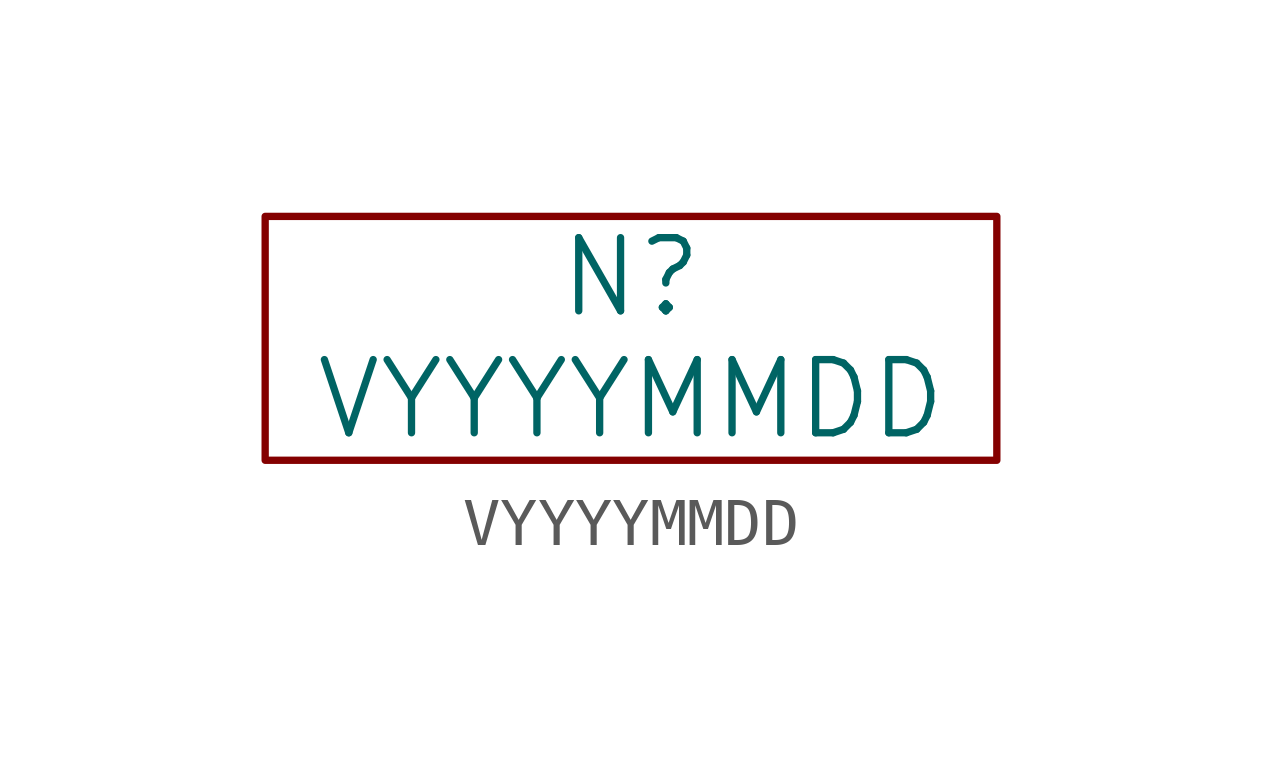
<source format=kicad_sym>
(kicad_symbol_lib
  (version 20220914)
  (generator kicad_symbol_editor)
  (symbol "VYYYYMMDD"
    (pin_names
      (offset 1.016))
    (property "Reference" "N"
      (at 0 2.54 0)
      (effects (font (size 1.524 1.524))))
    (property "Value" "VYYYYMMDD"
      (at 0 0 0)
      (effects (font (size 1.524 1.524))))
    (symbol "VYYYYMMDD_0_1"
      (rectangle (start 7.62 -1.27) (end -7.62 3.81) (stroke (width 0) (type default)) (fill (type none))))))
</source>
